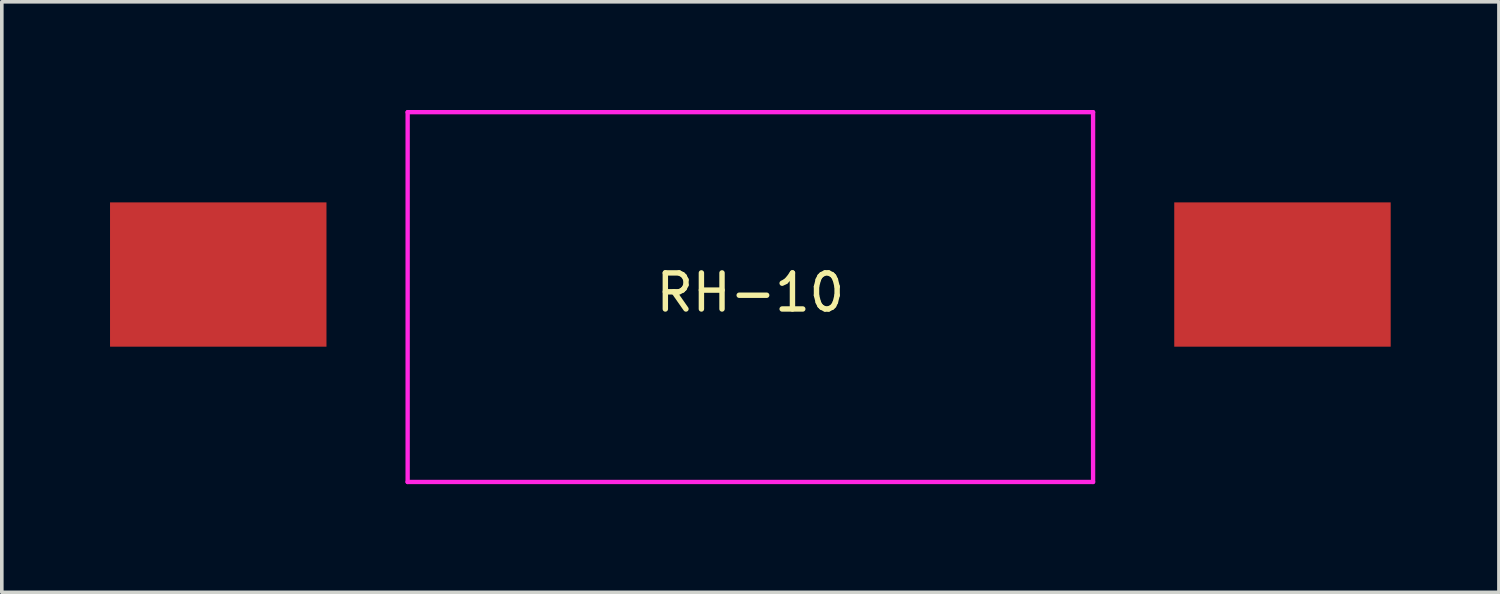
<source format=kicad_pcb>
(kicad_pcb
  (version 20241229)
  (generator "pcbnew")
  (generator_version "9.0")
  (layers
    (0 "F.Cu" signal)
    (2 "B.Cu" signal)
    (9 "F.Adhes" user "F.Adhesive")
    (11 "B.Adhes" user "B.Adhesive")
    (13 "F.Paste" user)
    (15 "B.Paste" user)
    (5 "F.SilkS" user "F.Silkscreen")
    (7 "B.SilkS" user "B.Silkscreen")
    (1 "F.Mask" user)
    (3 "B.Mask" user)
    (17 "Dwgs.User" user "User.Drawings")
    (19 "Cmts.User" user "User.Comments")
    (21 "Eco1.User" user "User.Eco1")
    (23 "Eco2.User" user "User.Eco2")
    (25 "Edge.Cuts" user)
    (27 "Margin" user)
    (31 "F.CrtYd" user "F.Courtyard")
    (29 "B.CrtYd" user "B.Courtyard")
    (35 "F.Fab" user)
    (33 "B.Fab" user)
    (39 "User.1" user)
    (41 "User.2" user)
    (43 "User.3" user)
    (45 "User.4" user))
  (footprint "RH-10"
    (layer "F.Cu")
    (at 17.75 4.56)
    (property "Reference" "RH-10" (at 0 0.5 0) (layer "F.SilkS") (effects (font (size 1 1) (thickness 0.15))))
    (attr through_hole)
    (fp_line (start -9.5 -4.5) (end -9.5 5.75) (stroke (width 0.12) (type solid)) (layer "F.CrtYd"))
    (fp_line (start -9.5 5.75) (end 9.5 5.75) (stroke (width 0.12) (type solid)) (layer "F.CrtYd"))
    (fp_line (start 9.5 -4.5) (end -9.5 -4.5) (stroke (width 0.12) (type solid)) (layer "F.CrtYd"))
    (fp_line (start 9.5 5.75) (end 9.5 -4.5) (stroke (width 0.12) (type solid)) (layer "F.CrtYd"))
    (pad "1" smd rect (at -14.75 0) (size 6 4) (layers "F.Cu" "F.Mask" "F.Paste"))
    (pad "2" smd rect (at 14.75 0) (size 6 4) (layers "F.Cu" "F.Mask" "F.Paste")))
  (gr_rect
    (start -3 -3)
    (end 38.5 13.37)
    (stroke (width 0.1) (type default))
    (fill no)
    (layer "Edge.Cuts")))
</source>
